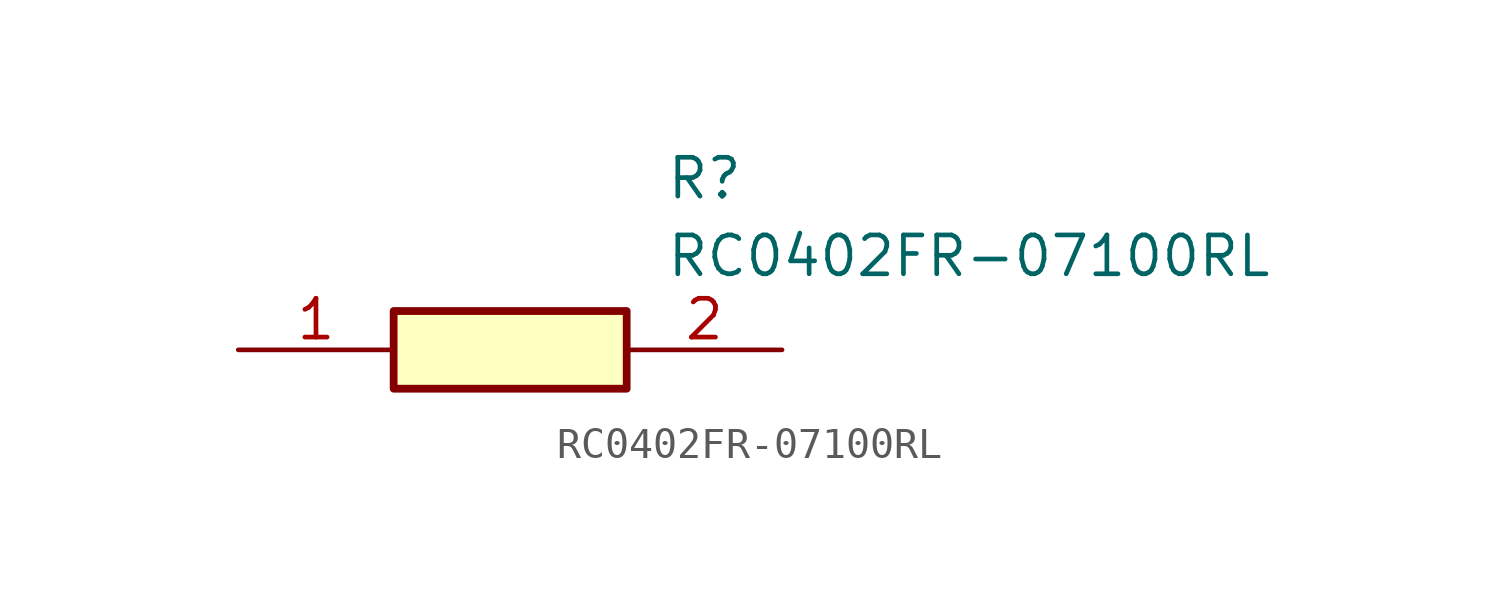
<source format=kicad_sym>
(kicad_symbol_lib
  (version 20211014)
  (generator SamacSys_ECAD_Model)
  (symbol "RC0402FR-07100RL"
    (pin_names hide)
    (property "Reference" "R"
      (at 13.97 6.35 0)
      (effects (font (size 1.27 1.27)) (justify left top)))
    (property "Value" "RC0402FR-07100RL"
      (at 13.97 3.81 0)
      (effects (font (size 1.27 1.27)) (justify left top)))
    (rectangle
      (start 5.08 1.27)
      (end 12.7 -1.27)
      (stroke (width 0.254) (type default))
      (fill (type background)))
    (pin passive line
      (at 0 0 0)
      (length 5.08)
      (name "1" (effects (font (size 1.27 1.27))))
      (number "1" (effects (font (size 1.27 1.27)))))
    (pin passive line
      (at 17.78 0 180)
      (length 5.08)
      (name "2" (effects (font (size 1.27 1.27))))
      (number "2" (effects (font (size 1.27 1.27)))))))
</source>
